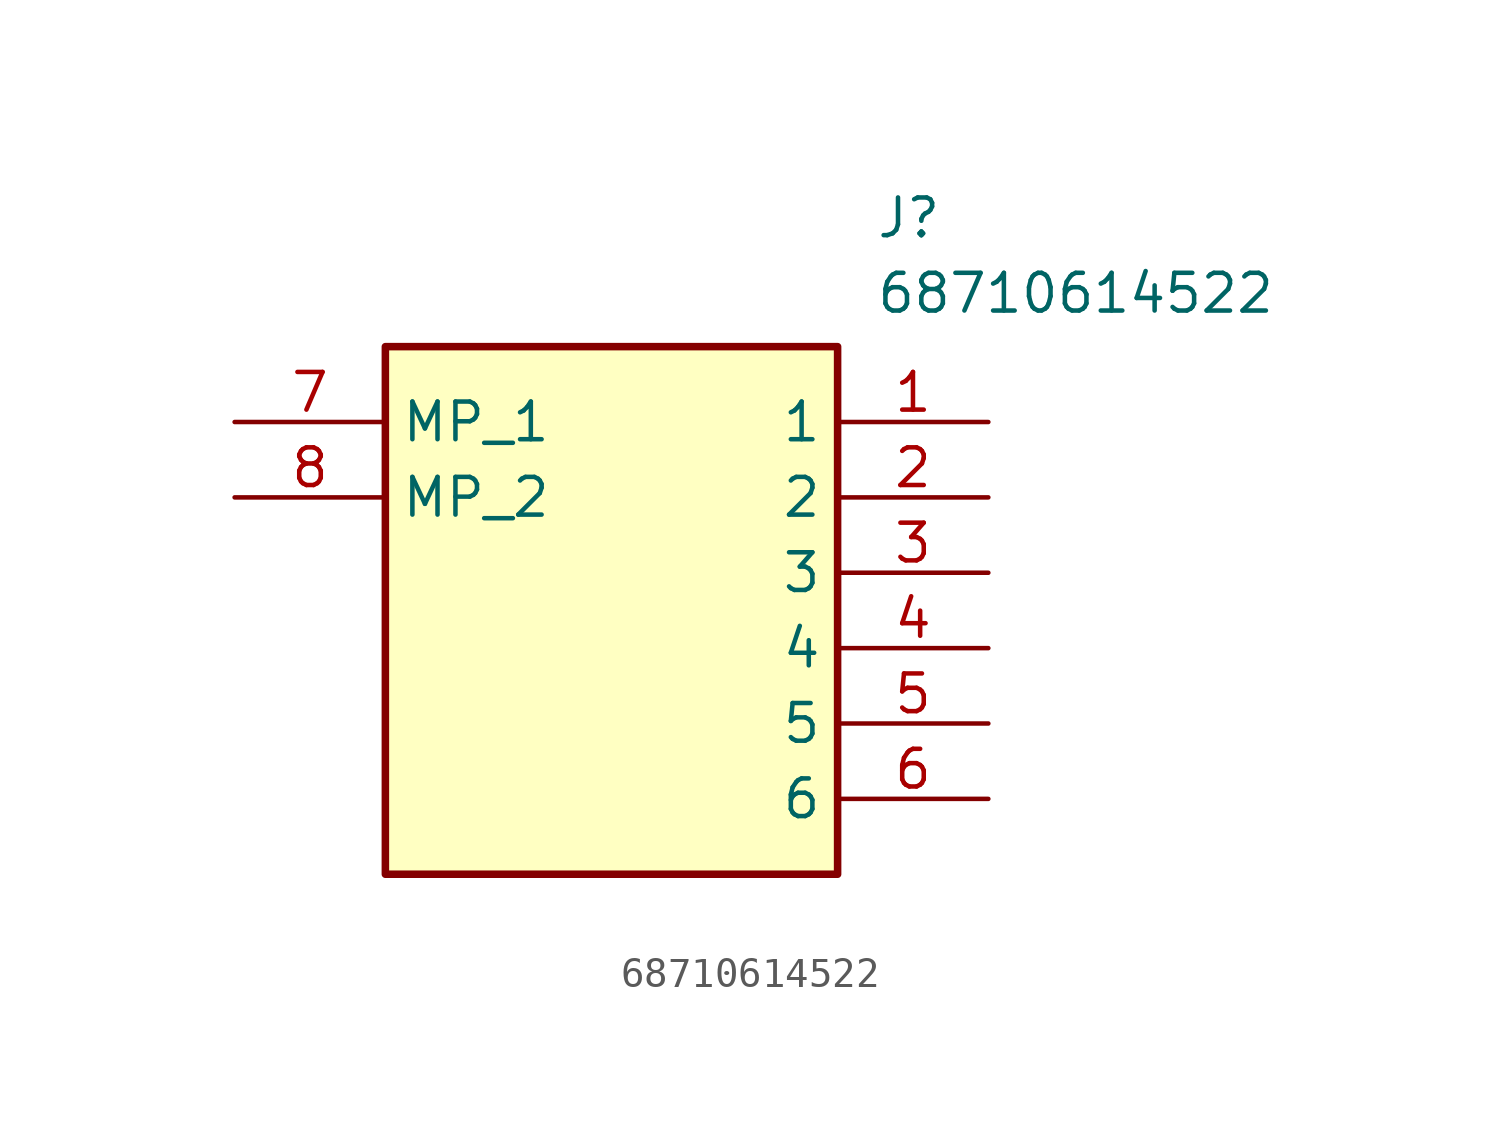
<source format=kicad_sym>
(kicad_symbol_lib
  (version 20241209)
  (generator "kicad_symbol_editor")
  (generator_version "9.0")
  (symbol "68710614522"
    (property "Reference" "J"
      (at 21.59 7.62 0)
      (effects (font (size 1.27 1.27)) (justify left top)))
    (property "Value" "68710614522"
      (at 21.59 5.08 0)
      (effects (font (size 1.27 1.27)) (justify left top)))
    (symbol "68710614522_1_1"
      (rectangle (start 5.08 2.54) (end 20.32 -15.24) (stroke (width 0.254) (type default)) (fill (type background)))
      (pin passive line (at 0 0 0) (length 5.08) (name "MP_1" (effects (font (size 1.27 1.27)))) (number "7" (effects (font (size 1.27 1.27)))))
      (pin passive line (at 0 -2.54 0) (length 5.08) (name "MP_2" (effects (font (size 1.27 1.27)))) (number "8" (effects (font (size 1.27 1.27)))))
      (pin passive line (at 25.4 0 180) (length 5.08) (name "1" (effects (font (size 1.27 1.27)))) (number "1" (effects (font (size 1.27 1.27)))))
      (pin passive line (at 25.4 -2.54 180) (length 5.08) (name "2" (effects (font (size 1.27 1.27)))) (number "2" (effects (font (size 1.27 1.27)))))
      (pin passive line (at 25.4 -5.08 180) (length 5.08) (name "3" (effects (font (size 1.27 1.27)))) (number "3" (effects (font (size 1.27 1.27)))))
      (pin passive line (at 25.4 -7.62 180) (length 5.08) (name "4" (effects (font (size 1.27 1.27)))) (number "4" (effects (font (size 1.27 1.27)))))
      (pin passive line (at 25.4 -10.16 180) (length 5.08) (name "5" (effects (font (size 1.27 1.27)))) (number "5" (effects (font (size 1.27 1.27)))))
      (pin passive line (at 25.4 -12.7 180) (length 5.08) (name "6" (effects (font (size 1.27 1.27)))) (number "6" (effects (font (size 1.27 1.27))))))))
</source>
